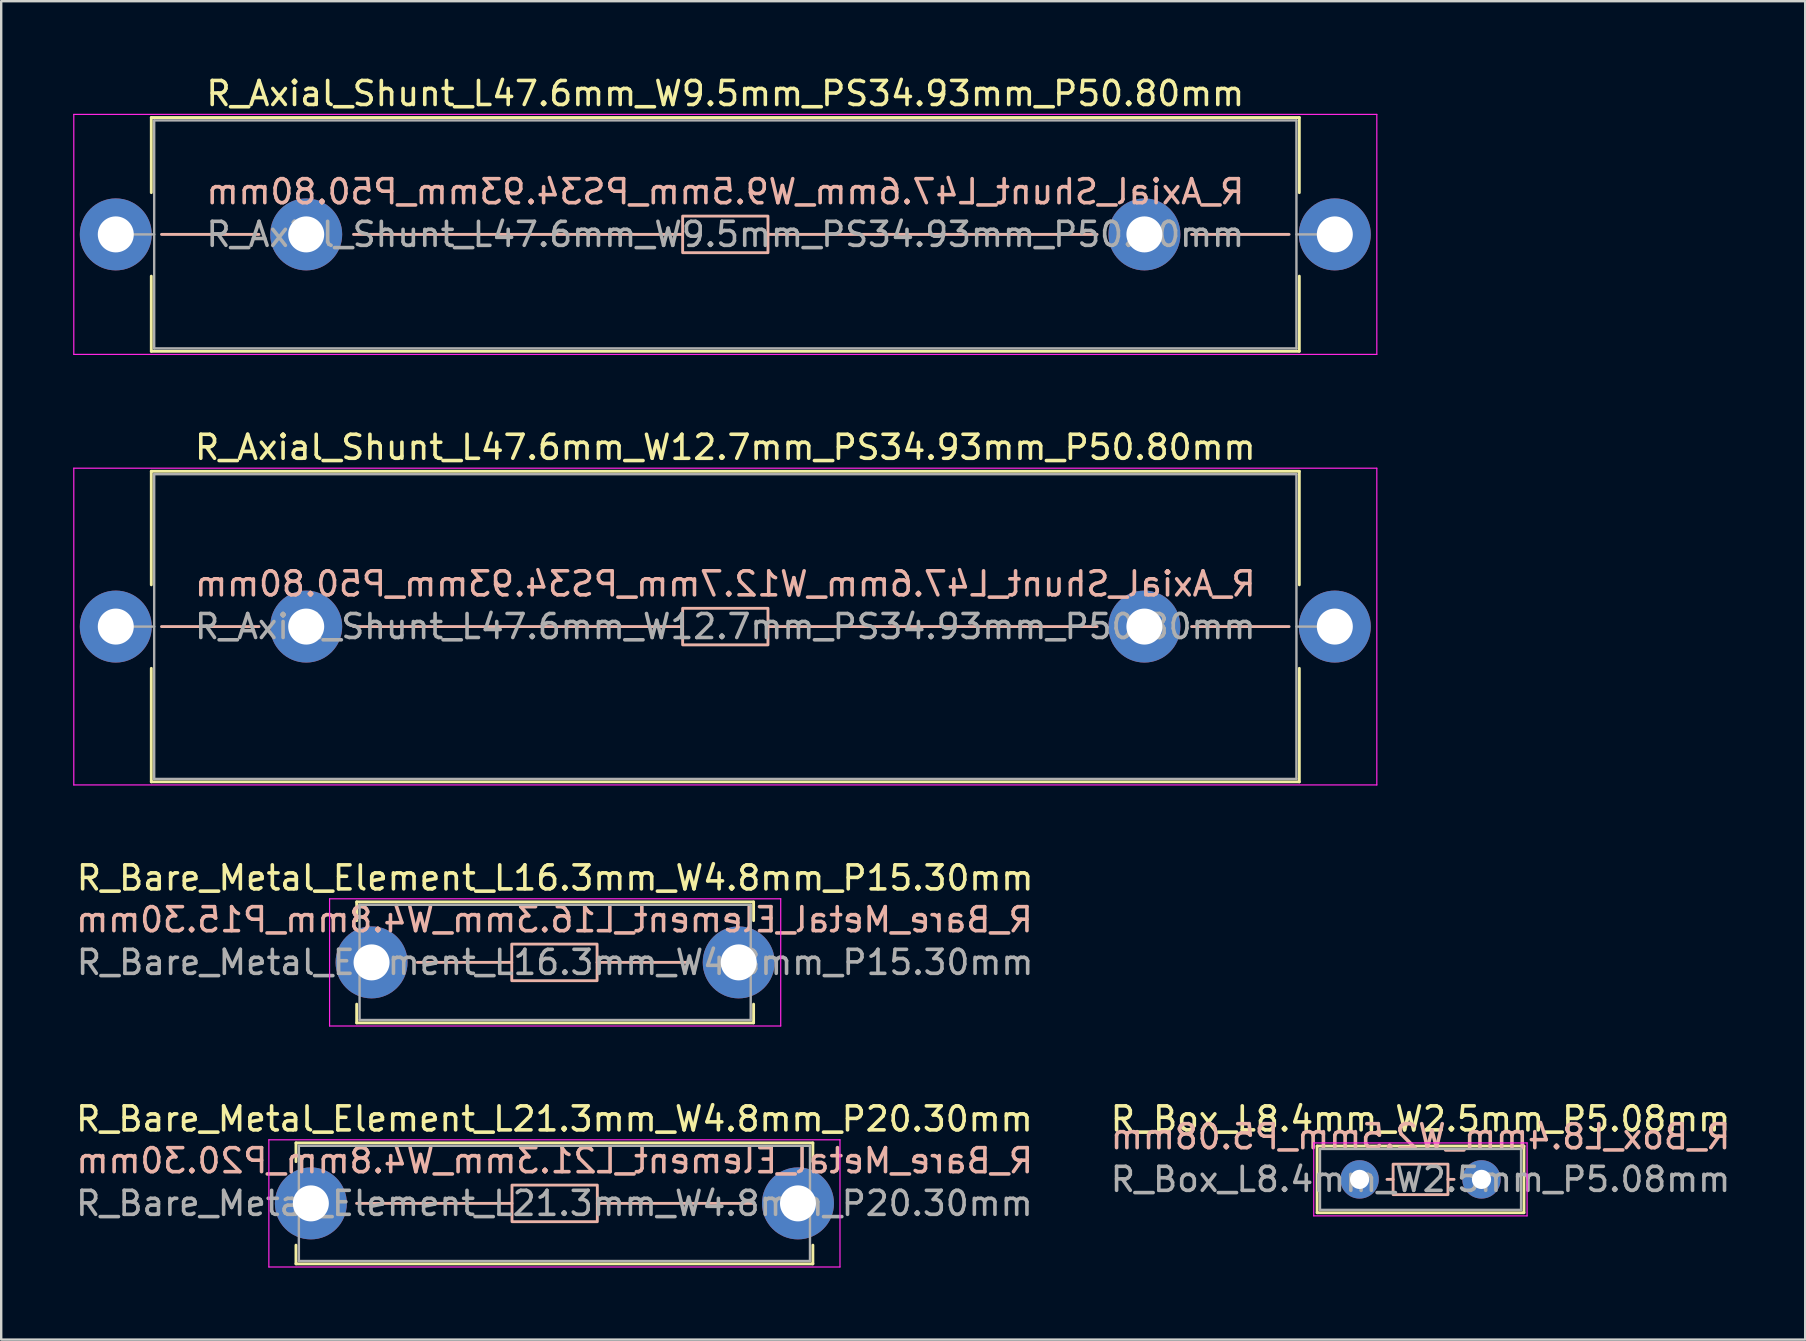
<source format=kicad_pcb>
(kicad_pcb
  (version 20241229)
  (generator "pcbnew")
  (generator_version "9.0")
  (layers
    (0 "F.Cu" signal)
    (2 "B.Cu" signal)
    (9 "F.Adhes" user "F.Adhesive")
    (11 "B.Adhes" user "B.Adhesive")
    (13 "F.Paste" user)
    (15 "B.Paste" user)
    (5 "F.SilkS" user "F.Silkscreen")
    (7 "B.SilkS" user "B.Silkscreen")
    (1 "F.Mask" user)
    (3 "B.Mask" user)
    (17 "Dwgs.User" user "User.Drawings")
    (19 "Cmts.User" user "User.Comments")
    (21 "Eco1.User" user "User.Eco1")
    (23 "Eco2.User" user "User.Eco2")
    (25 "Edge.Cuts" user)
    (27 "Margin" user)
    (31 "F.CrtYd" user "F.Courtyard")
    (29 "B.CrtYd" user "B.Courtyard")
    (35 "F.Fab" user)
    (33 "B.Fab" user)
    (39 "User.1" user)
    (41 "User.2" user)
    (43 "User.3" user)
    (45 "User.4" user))
  (footprint "R_Axial_Shunt_L47.6mm_W12.7mm_PS34.93mm_P50.80mm"
    (layer "F.Cu")
    (at 1.775 23.061)
    (property "Reference" "R_Axial_Shunt_L47.6mm_W12.7mm_PS34.93mm_P50.80mm" (at 25.4 -7.47 0) (layer "F.SilkS") (effects (font (size 1 1) (thickness 0.15))))
    (fp_line (start 1.48 -6.47) (end 49.32 -6.47) (stroke (width 0.12) (type solid)) (layer "F.SilkS"))
    (fp_line (start 1.48 -1.74) (end 1.48 -6.47) (stroke (width 0.12) (type solid)) (layer "F.SilkS"))
    (fp_line (start 1.48 1.74) (end 1.48 6.47) (stroke (width 0.12) (type solid)) (layer "F.SilkS"))
    (fp_line (start 1.48 6.47) (end 49.32 6.47) (stroke (width 0.12) (type solid)) (layer "F.SilkS"))
    (fp_line (start 49.32 -6.47) (end 49.32 -1.74) (stroke (width 0.12) (type solid)) (layer "F.SilkS"))
    (fp_line (start 49.32 6.47) (end 49.32 1.74) (stroke (width 0.12) (type solid)) (layer "F.SilkS"))
    (fp_line (start 5.969 0) (end 1.905 0) (stroke (width 0.12) (type solid)) (layer "B.SilkS"))
    (fp_line (start 23.622 0) (end 9.906 0) (stroke (width 0.12) (type solid)) (layer "B.SilkS"))
    (fp_line (start 27.178 0) (end 40.894 0) (stroke (width 0.12) (type solid)) (layer "B.SilkS"))
    (fp_line (start 44.831 0) (end 48.895 0) (stroke (width 0.12) (type solid)) (layer "B.SilkS"))
    (fp_rect (start 23.622 -0.762) (end 27.178 0.762) (stroke (width 0.12) (type solid)) (fill no) (layer "B.SilkS"))
    (fp_line (start -1.75 -6.6) (end -1.75 6.6) (stroke (width 0.05) (type solid)) (layer "F.CrtYd"))
    (fp_line (start -1.75 6.6) (end 52.55 6.6) (stroke (width 0.05) (type solid)) (layer "F.CrtYd"))
    (fp_line (start 52.55 -6.6) (end -1.75 -6.6) (stroke (width 0.05) (type solid)) (layer "F.CrtYd"))
    (fp_line (start 52.55 6.6) (end 52.55 -6.6) (stroke (width 0.05) (type solid)) (layer "F.CrtYd"))
    (fp_line (start 0 0) (end 1.6 0) (stroke (width 0.1) (type solid)) (layer "F.Fab"))
    (fp_line (start 1.6 -6.35) (end 1.6 6.35) (stroke (width 0.1) (type solid)) (layer "F.Fab"))
    (fp_line (start 1.6 6.35) (end 49.2 6.35) (stroke (width 0.1) (type solid)) (layer "F.Fab"))
    (fp_line (start 49.2 -6.35) (end 1.6 -6.35) (stroke (width 0.1) (type solid)) (layer "F.Fab"))
    (fp_line (start 49.2 6.35) (end 49.2 -6.35) (stroke (width 0.1) (type solid)) (layer "F.Fab"))
    (fp_line (start 50.8 0) (end 49.2 0) (stroke (width 0.1) (type solid)) (layer "F.Fab"))
    (fp_text user "${REFERENCE}" (at 25.4 -1.778 0) (layer "B.SilkS") (effects (font (size 1 1) (thickness 0.15)) (justify mirror)))
    (fp_text user "${REFERENCE}" (at 25.4 0 0) (layer "F.Fab") (effects (font (size 1 1) (thickness 0.15))))
    (pad "1" thru_hole circle (at 0 0) (size 3 3) (drill 1.5) (layers "*.Cu" "*.Mask"))
    (pad "2" thru_hole oval (at 7.935 0) (size 3 3) (drill 1.5) (layers "*.Cu" "*.Mask"))
    (pad "3" thru_hole oval (at 42.865 0) (size 3 3) (drill 1.5) (layers "*.Cu" "*.Mask"))
    (pad "4" thru_hole oval (at 50.8 0) (size 3 3) (drill 1.5) (layers "*.Cu" "*.Mask")))
  (footprint "R_Axial_Shunt_L47.6mm_W9.5mm_PS34.93mm_P50.80mm"
    (layer "F.Cu")
    (at 1.775 6.718)
    (property "Reference" "R_Axial_Shunt_L47.6mm_W9.5mm_PS34.93mm_P50.80mm" (at 25.4 -5.87 0) (layer "F.SilkS") (effects (font (size 1 1) (thickness 0.15))))
    (fp_line (start 1.48 -4.87) (end 49.32 -4.87) (stroke (width 0.12) (type solid)) (layer "F.SilkS"))
    (fp_line (start 1.48 -1.74) (end 1.48 -4.87) (stroke (width 0.12) (type solid)) (layer "F.SilkS"))
    (fp_line (start 1.48 1.74) (end 1.48 4.87) (stroke (width 0.12) (type solid)) (layer "F.SilkS"))
    (fp_line (start 1.48 4.87) (end 49.32 4.87) (stroke (width 0.12) (type solid)) (layer "F.SilkS"))
    (fp_line (start 49.32 -4.87) (end 49.32 -1.74) (stroke (width 0.12) (type solid)) (layer "F.SilkS"))
    (fp_line (start 49.32 4.87) (end 49.32 1.74) (stroke (width 0.12) (type solid)) (layer "F.SilkS"))
    (fp_line (start 5.969 0) (end 1.905 0) (stroke (width 0.12) (type solid)) (layer "B.SilkS"))
    (fp_line (start 23.622 0) (end 9.906 0) (stroke (width 0.12) (type solid)) (layer "B.SilkS"))
    (fp_line (start 27.178 0) (end 40.894 0) (stroke (width 0.12) (type solid)) (layer "B.SilkS"))
    (fp_line (start 44.831 0) (end 48.895 0) (stroke (width 0.12) (type solid)) (layer "B.SilkS"))
    (fp_rect (start 23.622 -0.762) (end 27.178 0.762) (stroke (width 0.12) (type solid)) (fill no) (layer "B.SilkS"))
    (fp_line (start -1.75 -5) (end -1.75 5) (stroke (width 0.05) (type solid)) (layer "F.CrtYd"))
    (fp_line (start -1.75 5) (end 52.55 5) (stroke (width 0.05) (type solid)) (layer "F.CrtYd"))
    (fp_line (start 52.55 -5) (end -1.75 -5) (stroke (width 0.05) (type solid)) (layer "F.CrtYd"))
    (fp_line (start 52.55 5) (end 52.55 -5) (stroke (width 0.05) (type solid)) (layer "F.CrtYd"))
    (fp_line (start 0 0) (end 1.6 0) (stroke (width 0.1) (type solid)) (layer "F.Fab"))
    (fp_line (start 1.6 -4.75) (end 1.6 4.75) (stroke (width 0.1) (type solid)) (layer "F.Fab"))
    (fp_line (start 1.6 4.75) (end 49.2 4.75) (stroke (width 0.1) (type solid)) (layer "F.Fab"))
    (fp_line (start 49.2 -4.75) (end 1.6 -4.75) (stroke (width 0.1) (type solid)) (layer "F.Fab"))
    (fp_line (start 49.2 4.75) (end 49.2 -4.75) (stroke (width 0.1) (type solid)) (layer "F.Fab"))
    (fp_line (start 50.8 0) (end 49.2 0) (stroke (width 0.1) (type solid)) (layer "F.Fab"))
    (fp_text user "${REFERENCE}" (at 25.4 -1.778 0) (layer "B.SilkS") (effects (font (size 1 1) (thickness 0.15)) (justify mirror)))
    (fp_text user "${REFERENCE}" (at 25.4 0 0) (layer "F.Fab") (effects (font (size 1 1) (thickness 0.15))))
    (pad "1" thru_hole circle (at 0 0) (size 3 3) (drill 1.5) (layers "*.Cu" "*.Mask"))
    (pad "2" thru_hole oval (at 7.935 0) (size 3 3) (drill 1.5) (layers "*.Cu" "*.Mask"))
    (pad "3" thru_hole oval (at 42.865 0) (size 3 3) (drill 1.5) (layers "*.Cu" "*.Mask"))
    (pad "4" thru_hole oval (at 50.8 0) (size 3 3) (drill 1.5) (layers "*.Cu" "*.Mask")))
  (footprint "R_Box_L8.4mm_W2.5mm_P5.08mm"
    (layer "F.Cu")
    (at 53.607 46.098)
    (property "Reference" "R_Box_L8.4mm_W2.5mm_P5.08mm" (at 2.54 -2.52 0) (layer "F.SilkS") (effects (font (size 1 1) (thickness 0.15))))
    (fp_line (start -1.77 -1.39) (end -1.77 1.39) (stroke (width 0.12) (type solid)) (layer "F.SilkS"))
    (fp_line (start -1.77 -1.39) (end 6.85 -1.39) (stroke (width 0.12) (type solid)) (layer "F.SilkS"))
    (fp_line (start -1.77 1.39) (end 6.85 1.39) (stroke (width 0.12) (type solid)) (layer "F.SilkS"))
    (fp_line (start 6.85 -1.39) (end 6.85 1.39) (stroke (width 0.12) (type solid)) (layer "F.SilkS"))
    (fp_line (start 1.143 0) (end 1.397 0) (stroke (width 0.12) (type solid)) (layer "B.SilkS"))
    (fp_line (start 3.937 0) (end 3.683 0) (stroke (width 0.12) (type solid)) (layer "B.SilkS"))
    (fp_rect (start 1.397 -0.635) (end 3.683 0.635) (stroke (width 0.12) (type solid)) (fill no) (layer "B.SilkS"))
    (fp_line (start -1.91 -1.52) (end -1.91 1.52) (stroke (width 0.05) (type solid)) (layer "F.CrtYd"))
    (fp_line (start -1.91 1.52) (end 6.98 1.52) (stroke (width 0.05) (type solid)) (layer "F.CrtYd"))
    (fp_line (start 6.98 -1.52) (end -1.91 -1.52) (stroke (width 0.05) (type solid)) (layer "F.CrtYd"))
    (fp_line (start 6.98 1.52) (end 6.98 -1.52) (stroke (width 0.05) (type solid)) (layer "F.CrtYd"))
    (fp_line (start -1.65 -1.27) (end -1.65 1.27) (stroke (width 0.1) (type solid)) (layer "F.Fab"))
    (fp_line (start -1.65 1.27) (end 6.73 1.27) (stroke (width 0.1) (type solid)) (layer "F.Fab"))
    (fp_line (start 6.73 -1.27) (end -1.65 -1.27) (stroke (width 0.1) (type solid)) (layer "F.Fab"))
    (fp_line (start 6.73 1.27) (end 6.73 -1.27) (stroke (width 0.1) (type solid)) (layer "F.Fab"))
    (fp_text user "${REFERENCE}" (at 2.54 -1.778 0) (layer "B.SilkS") (effects (font (size 1 1) (thickness 0.15)) (justify mirror)))
    (fp_text user "${REFERENCE}" (at 2.54 0 0) (layer "F.Fab") (effects (font (size 1 1) (thickness 0.15))))
    (pad "1" thru_hole circle (at 0 0) (size 1.6 1.6) (drill 0.8) (layers "*.Cu" "*.Mask"))
    (pad "2" thru_hole circle (at 5.08 0) (size 1.6 1.6) (drill 0.8) (layers "*.Cu" "*.Mask")))
  (footprint "R_Bare_Metal_Element_L16.3mm_W4.8mm_P15.30mm"
    (layer "F.Cu")
    (at 12.434 37.055)
    (property "Reference" "R_Bare_Metal_Element_L16.3mm_W4.8mm_P15.30mm" (at 7.65 -3.52 0) (layer "F.SilkS") (effects (font (size 1 1) (thickness 0.15))))
    (fp_line (start -0.62 -2.52) (end 15.92 -2.52) (stroke (width 0.12) (type solid)) (layer "F.SilkS"))
    (fp_line (start -0.62 -1.74) (end -0.62 -2.52) (stroke (width 0.12) (type solid)) (layer "F.SilkS"))
    (fp_line (start -0.62 1.74) (end -0.62 2.52) (stroke (width 0.12) (type solid)) (layer "F.SilkS"))
    (fp_line (start -0.62 2.52) (end 15.92 2.52) (stroke (width 0.12) (type solid)) (layer "F.SilkS"))
    (fp_line (start 15.92 -2.52) (end 15.92 -1.74) (stroke (width 0.12) (type solid)) (layer "F.SilkS"))
    (fp_line (start 15.92 2.52) (end 15.92 1.74) (stroke (width 0.12) (type solid)) (layer "F.SilkS"))
    (fp_line (start 5.842 0) (end 1.905 0) (stroke (width 0.12) (type solid)) (layer "B.SilkS"))
    (fp_line (start 9.398 0) (end 13.335 0) (stroke (width 0.12) (type solid)) (layer "B.SilkS"))
    (fp_rect (start 5.842 -0.762) (end 9.398 0.762) (stroke (width 0.12) (type solid)) (fill no) (layer "B.SilkS"))
    (fp_line (start -1.75 -2.65) (end -1.75 2.65) (stroke (width 0.05) (type solid)) (layer "F.CrtYd"))
    (fp_line (start -1.75 2.65) (end 17.05 2.65) (stroke (width 0.05) (type solid)) (layer "F.CrtYd"))
    (fp_line (start 17.05 -2.65) (end -1.75 -2.65) (stroke (width 0.05) (type solid)) (layer "F.CrtYd"))
    (fp_line (start 17.05 2.65) (end 17.05 -2.65) (stroke (width 0.05) (type solid)) (layer "F.CrtYd"))
    (fp_line (start -0.5 -2.4) (end -0.5 2.4) (stroke (width 0.1) (type solid)) (layer "F.Fab"))
    (fp_line (start -0.5 2.4) (end 15.8 2.4) (stroke (width 0.1) (type solid)) (layer "F.Fab"))
    (fp_line (start 15.8 -2.4) (end -0.5 -2.4) (stroke (width 0.1) (type solid)) (layer "F.Fab"))
    (fp_line (start 15.8 2.4) (end 15.8 -2.4) (stroke (width 0.1) (type solid)) (layer "F.Fab"))
    (fp_text user "${REFERENCE}" (at 7.62 -1.778 0) (layer "B.SilkS") (effects (font (size 1 1) (thickness 0.15)) (justify mirror)))
    (fp_text user "${REFERENCE}" (at 7.65 0 0) (layer "F.Fab") (effects (font (size 1 1) (thickness 0.15))))
    (pad "1" thru_hole circle (at 0 0) (size 3 3) (drill 1.5) (layers "*.Cu" "*.Mask"))
    (pad "2" thru_hole oval (at 15.3 0) (size 3 3) (drill 1.5) (layers "*.Cu" "*.Mask")))
  (footprint "R_Bare_Metal_Element_L21.3mm_W4.8mm_P20.30mm"
    (layer "F.Cu")
    (at 9.904 47.098)
    (property "Reference" "R_Bare_Metal_Element_L21.3mm_W4.8mm_P20.30mm" (at 10.15 -3.52 0) (layer "F.SilkS") (effects (font (size 1 1) (thickness 0.15))))
    (fp_line (start -0.62 -2.52) (end 20.92 -2.52) (stroke (width 0.12) (type solid)) (layer "F.SilkS"))
    (fp_line (start -0.62 -1.74) (end -0.62 -2.52) (stroke (width 0.12) (type solid)) (layer "F.SilkS"))
    (fp_line (start -0.62 1.74) (end -0.62 2.52) (stroke (width 0.12) (type solid)) (layer "F.SilkS"))
    (fp_line (start -0.62 2.52) (end 20.92 2.52) (stroke (width 0.12) (type solid)) (layer "F.SilkS"))
    (fp_line (start 20.92 -2.52) (end 20.92 -1.74) (stroke (width 0.12) (type solid)) (layer "F.SilkS"))
    (fp_line (start 20.92 2.52) (end 20.92 1.74) (stroke (width 0.12) (type solid)) (layer "F.SilkS"))
    (fp_line (start 8.382 0) (end 1.905 0) (stroke (width 0.12) (type solid)) (layer "B.SilkS"))
    (fp_line (start 11.938 0) (end 18.415 0) (stroke (width 0.12) (type solid)) (layer "B.SilkS"))
    (fp_rect (start 8.382 -0.762) (end 11.938 0.762) (stroke (width 0.12) (type solid)) (fill no) (layer "B.SilkS"))
    (fp_line (start -1.75 -2.65) (end -1.75 2.65) (stroke (width 0.05) (type solid)) (layer "F.CrtYd"))
    (fp_line (start -1.75 2.65) (end 22.05 2.65) (stroke (width 0.05) (type solid)) (layer "F.CrtYd"))
    (fp_line (start 22.05 -2.65) (end -1.75 -2.65) (stroke (width 0.05) (type solid)) (layer "F.CrtYd"))
    (fp_line (start 22.05 2.65) (end 22.05 -2.65) (stroke (width 0.05) (type solid)) (layer "F.CrtYd"))
    (fp_line (start -0.5 -2.4) (end -0.5 2.4) (stroke (width 0.1) (type solid)) (layer "F.Fab"))
    (fp_line (start -0.5 2.4) (end 20.8 2.4) (stroke (width 0.1) (type solid)) (layer "F.Fab"))
    (fp_line (start 20.8 -2.4) (end -0.5 -2.4) (stroke (width 0.1) (type solid)) (layer "F.Fab"))
    (fp_line (start 20.8 2.4) (end 20.8 -2.4) (stroke (width 0.1) (type solid)) (layer "F.Fab"))
    (fp_text user "${REFERENCE}" (at 10.16 -1.778 0) (layer "B.SilkS") (effects (font (size 1 1) (thickness 0.15)) (justify mirror)))
    (fp_text user "${REFERENCE}" (at 10.15 0 0) (layer "F.Fab") (effects (font (size 1 1) (thickness 0.15))))
    (pad "1" thru_hole circle (at 0 0) (size 3 3) (drill 1.5) (layers "*.Cu" "*.Mask"))
    (pad "2" thru_hole oval (at 20.3 0) (size 3 3) (drill 1.5) (layers "*.Cu" "*.Mask")))
  (gr_rect
    (start -3 -3)
    (end 72.177 52.773)
    (stroke (width 0.1) (type default))
    (fill no)
    (layer "Edge.Cuts")))
</source>
